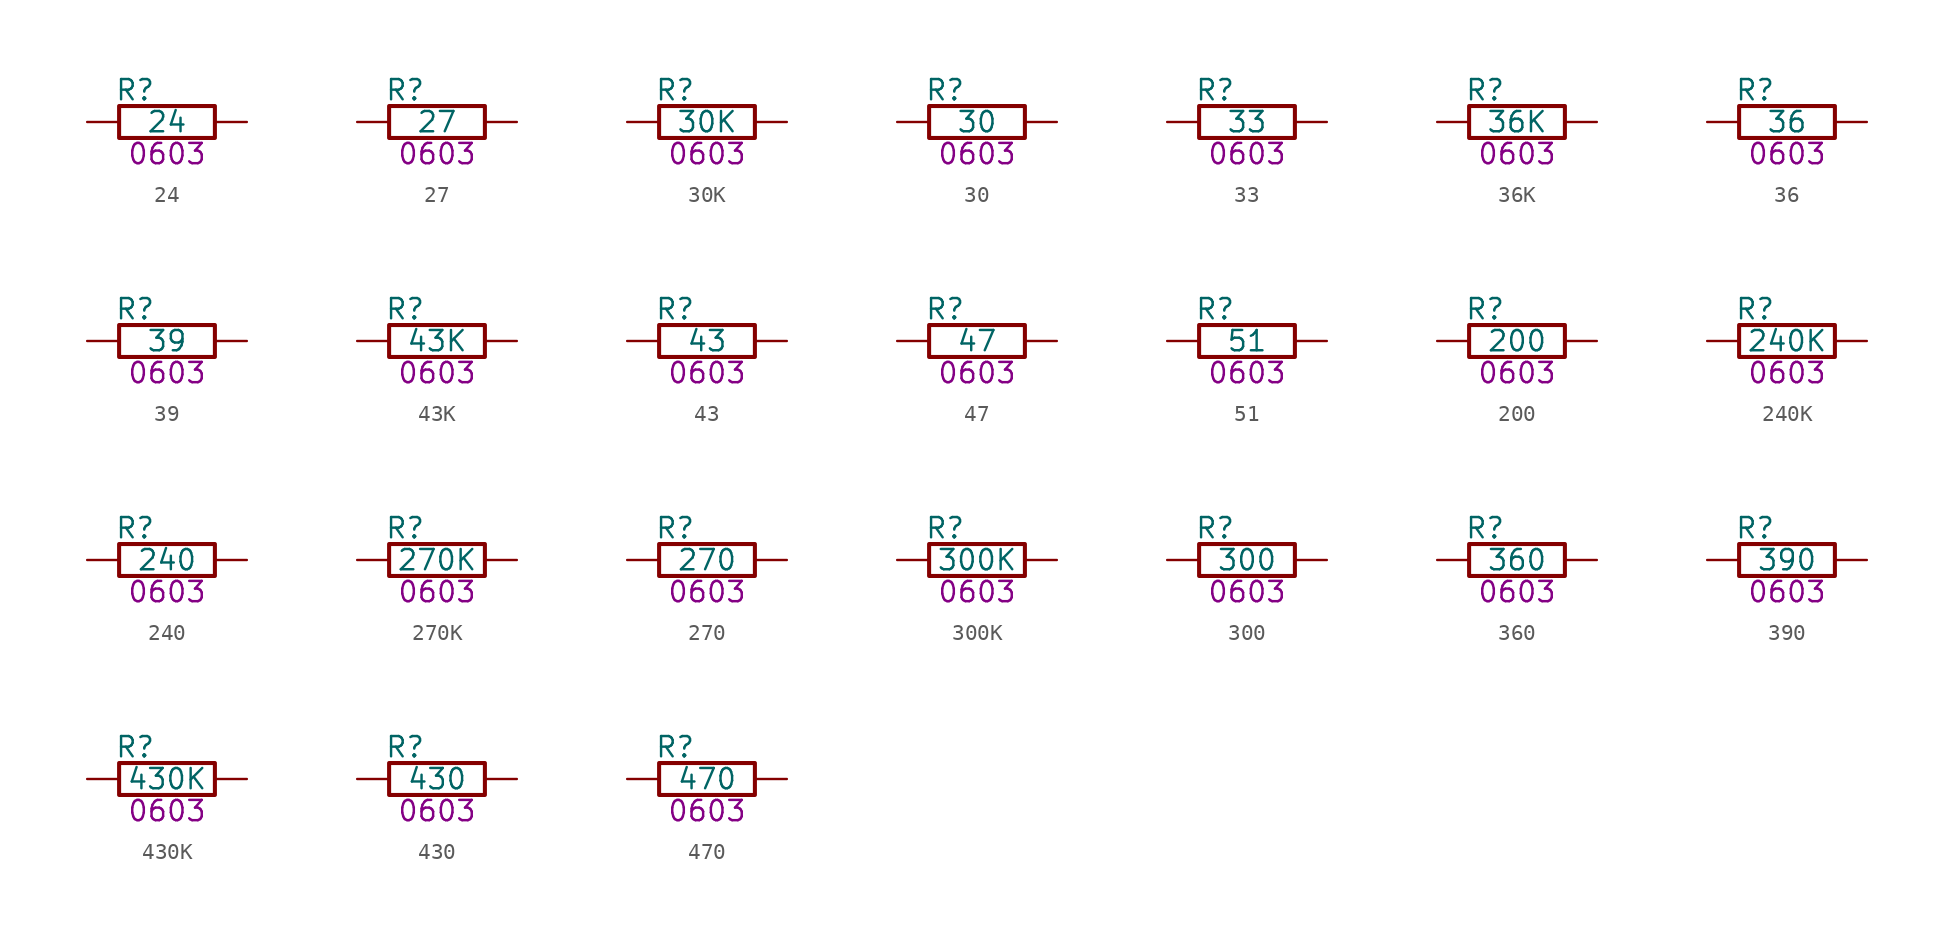
<source format=kicad_sym>
(kicad_symbol_lib
  (version 20211014)
  (generator kicad_symbol_editor)
  (symbol "24"
    (pin_numbers hide)
    (pin_names hide)
    (property "Reference" "R"
      (at -2 1 0)
      (effects (font (size 1.27 1.27))))
    (property "Value" "24"
      (at 0 -1 0)
      (effects (font (size 1.27 1.27))))
    (property "Size" "0603"
      (at 0 -3 0)
      (effects (font (size 1.27 1.27))))
    (symbol "24_0_1"
      (rectangle (start -3 0) (end 3 -2) (stroke (width 0.254) (type default) (color 0 0 0 0)) (fill (type none))))
    (symbol "24_1_1"
      (pin passive line (at -5 -1 0) (length 2) (name "~" (effects (font (size 1.27 1.27)))) (number "1" (effects (font (size 1.27 1.27)))))
      (pin passive line (at 5 -1 180) (length 2) (name "~" (effects (font (size 1.27 1.27)))) (number "2" (effects (font (size 1.27 1.27)))))))
  (symbol "27"
    (pin_numbers hide)
    (pin_names hide)
    (property "Reference" "R"
      (at -2 1 0)
      (effects (font (size 1.27 1.27))))
    (property "Value" "27"
      (at 0 -1 0)
      (effects (font (size 1.27 1.27))))
    (property "Size" "0603"
      (at 0 -3 0)
      (effects (font (size 1.27 1.27))))
    (symbol "27_0_1"
      (rectangle (start -3 0) (end 3 -2) (stroke (width 0.254) (type default) (color 0 0 0 0)) (fill (type none))))
    (symbol "27_1_1"
      (pin passive line (at -5 -1 0) (length 2) (name "~" (effects (font (size 1.27 1.27)))) (number "1" (effects (font (size 1.27 1.27)))))
      (pin passive line (at 5 -1 180) (length 2) (name "~" (effects (font (size 1.27 1.27)))) (number "2" (effects (font (size 1.27 1.27)))))))
  (symbol "30K"
    (pin_numbers hide)
    (pin_names hide)
    (property "Reference" "R"
      (at -2 1 0)
      (effects (font (size 1.27 1.27))))
    (property "Value" "30K"
      (at 0 -1 0)
      (effects (font (size 1.27 1.27))))
    (property "Size" "0603"
      (at 0 -3 0)
      (effects (font (size 1.27 1.27))))
    (symbol "30K_0_1"
      (rectangle (start -3 0) (end 3 -2) (stroke (width 0.254) (type default) (color 0 0 0 0)) (fill (type none))))
    (symbol "30K_1_1"
      (pin passive line (at -5 -1 0) (length 2) (name "~" (effects (font (size 1.27 1.27)))) (number "1" (effects (font (size 1.27 1.27)))))
      (pin passive line (at 5 -1 180) (length 2) (name "~" (effects (font (size 1.27 1.27)))) (number "2" (effects (font (size 1.27 1.27)))))))
  (symbol "30"
    (pin_numbers hide)
    (pin_names hide)
    (property "Reference" "R"
      (at -2 1 0)
      (effects (font (size 1.27 1.27))))
    (property "Value" "30"
      (at 0 -1 0)
      (effects (font (size 1.27 1.27))))
    (property "Size" "0603"
      (at 0 -3 0)
      (effects (font (size 1.27 1.27))))
    (symbol "30_0_1"
      (rectangle (start -3 0) (end 3 -2) (stroke (width 0.254) (type default) (color 0 0 0 0)) (fill (type none))))
    (symbol "30_1_1"
      (pin passive line (at -5 -1 0) (length 2) (name "~" (effects (font (size 1.27 1.27)))) (number "1" (effects (font (size 1.27 1.27)))))
      (pin passive line (at 5 -1 180) (length 2) (name "~" (effects (font (size 1.27 1.27)))) (number "2" (effects (font (size 1.27 1.27)))))))
  (symbol "33"
    (pin_numbers hide)
    (pin_names hide)
    (property "Reference" "R"
      (at -2 1 0)
      (effects (font (size 1.27 1.27))))
    (property "Value" "33"
      (at 0 -1 0)
      (effects (font (size 1.27 1.27))))
    (property "Size" "0603"
      (at 0 -3 0)
      (effects (font (size 1.27 1.27))))
    (symbol "33_0_1"
      (rectangle (start -3 0) (end 3 -2) (stroke (width 0.254) (type default) (color 0 0 0 0)) (fill (type none))))
    (symbol "33_1_1"
      (pin passive line (at -5 -1 0) (length 2) (name "~" (effects (font (size 1.27 1.27)))) (number "1" (effects (font (size 1.27 1.27)))))
      (pin passive line (at 5 -1 180) (length 2) (name "~" (effects (font (size 1.27 1.27)))) (number "2" (effects (font (size 1.27 1.27)))))))
  (symbol "36K"
    (pin_numbers hide)
    (pin_names hide)
    (property "Reference" "R"
      (at -2 1 0)
      (effects (font (size 1.27 1.27))))
    (property "Value" "36K"
      (at 0 -1 0)
      (effects (font (size 1.27 1.27))))
    (property "Size" "0603"
      (at 0 -3 0)
      (effects (font (size 1.27 1.27))))
    (symbol "36K_0_1"
      (rectangle (start -3 0) (end 3 -2) (stroke (width 0.254) (type default) (color 0 0 0 0)) (fill (type none))))
    (symbol "36K_1_1"
      (pin passive line (at -5 -1 0) (length 2) (name "~" (effects (font (size 1.27 1.27)))) (number "1" (effects (font (size 1.27 1.27)))))
      (pin passive line (at 5 -1 180) (length 2) (name "~" (effects (font (size 1.27 1.27)))) (number "2" (effects (font (size 1.27 1.27)))))))
  (symbol "36"
    (pin_numbers hide)
    (pin_names hide)
    (property "Reference" "R"
      (at -2 1 0)
      (effects (font (size 1.27 1.27))))
    (property "Value" "36"
      (at 0 -1 0)
      (effects (font (size 1.27 1.27))))
    (property "Size" "0603"
      (at 0 -3 0)
      (effects (font (size 1.27 1.27))))
    (symbol "36_0_1"
      (rectangle (start -3 0) (end 3 -2) (stroke (width 0.254) (type default) (color 0 0 0 0)) (fill (type none))))
    (symbol "36_1_1"
      (pin passive line (at -5 -1 0) (length 2) (name "~" (effects (font (size 1.27 1.27)))) (number "1" (effects (font (size 1.27 1.27)))))
      (pin passive line (at 5 -1 180) (length 2) (name "~" (effects (font (size 1.27 1.27)))) (number "2" (effects (font (size 1.27 1.27)))))))
  (symbol "39"
    (pin_numbers hide)
    (pin_names hide)
    (property "Reference" "R"
      (at -2 1 0)
      (effects (font (size 1.27 1.27))))
    (property "Value" "39"
      (at 0 -1 0)
      (effects (font (size 1.27 1.27))))
    (property "Size" "0603"
      (at 0 -3 0)
      (effects (font (size 1.27 1.27))))
    (symbol "39_0_1"
      (rectangle (start -3 0) (end 3 -2) (stroke (width 0.254) (type default) (color 0 0 0 0)) (fill (type none))))
    (symbol "39_1_1"
      (pin passive line (at -5 -1 0) (length 2) (name "~" (effects (font (size 1.27 1.27)))) (number "1" (effects (font (size 1.27 1.27)))))
      (pin passive line (at 5 -1 180) (length 2) (name "~" (effects (font (size 1.27 1.27)))) (number "2" (effects (font (size 1.27 1.27)))))))
  (symbol "43K"
    (pin_numbers hide)
    (pin_names hide)
    (property "Reference" "R"
      (at -2 1 0)
      (effects (font (size 1.27 1.27))))
    (property "Value" "43K"
      (at 0 -1 0)
      (effects (font (size 1.27 1.27))))
    (property "Size" "0603"
      (at 0 -3 0)
      (effects (font (size 1.27 1.27))))
    (symbol "43K_0_1"
      (rectangle (start -3 0) (end 3 -2) (stroke (width 0.254) (type default) (color 0 0 0 0)) (fill (type none))))
    (symbol "43K_1_1"
      (pin passive line (at -5 -1 0) (length 2) (name "~" (effects (font (size 1.27 1.27)))) (number "1" (effects (font (size 1.27 1.27)))))
      (pin passive line (at 5 -1 180) (length 2) (name "~" (effects (font (size 1.27 1.27)))) (number "2" (effects (font (size 1.27 1.27)))))))
  (symbol "43"
    (pin_numbers hide)
    (pin_names hide)
    (property "Reference" "R"
      (at -2 1 0)
      (effects (font (size 1.27 1.27))))
    (property "Value" "43"
      (at 0 -1 0)
      (effects (font (size 1.27 1.27))))
    (property "Size" "0603"
      (at 0 -3 0)
      (effects (font (size 1.27 1.27))))
    (symbol "43_0_1"
      (rectangle (start -3 0) (end 3 -2) (stroke (width 0.254) (type default) (color 0 0 0 0)) (fill (type none))))
    (symbol "43_1_1"
      (pin passive line (at -5 -1 0) (length 2) (name "~" (effects (font (size 1.27 1.27)))) (number "1" (effects (font (size 1.27 1.27)))))
      (pin passive line (at 5 -1 180) (length 2) (name "~" (effects (font (size 1.27 1.27)))) (number "2" (effects (font (size 1.27 1.27)))))))
  (symbol "47"
    (pin_numbers hide)
    (pin_names hide)
    (property "Reference" "R"
      (at -2 1 0)
      (effects (font (size 1.27 1.27))))
    (property "Value" "47"
      (at 0 -1 0)
      (effects (font (size 1.27 1.27))))
    (property "Size" "0603"
      (at 0 -3 0)
      (effects (font (size 1.27 1.27))))
    (symbol "47_0_1"
      (rectangle (start -3 0) (end 3 -2) (stroke (width 0.254) (type default) (color 0 0 0 0)) (fill (type none))))
    (symbol "47_1_1"
      (pin passive line (at -5 -1 0) (length 2) (name "~" (effects (font (size 1.27 1.27)))) (number "1" (effects (font (size 1.27 1.27)))))
      (pin passive line (at 5 -1 180) (length 2) (name "~" (effects (font (size 1.27 1.27)))) (number "2" (effects (font (size 1.27 1.27)))))))
  (symbol "51"
    (pin_numbers hide)
    (pin_names hide)
    (property "Reference" "R"
      (at -2 1 0)
      (effects (font (size 1.27 1.27))))
    (property "Value" "51"
      (at 0 -1 0)
      (effects (font (size 1.27 1.27))))
    (property "Size" "0603"
      (at 0 -3 0)
      (effects (font (size 1.27 1.27))))
    (symbol "51_0_1"
      (rectangle (start -3 0) (end 3 -2) (stroke (width 0.254) (type default) (color 0 0 0 0)) (fill (type none))))
    (symbol "51_1_1"
      (pin passive line (at -5 -1 0) (length 2) (name "~" (effects (font (size 1.27 1.27)))) (number "1" (effects (font (size 1.27 1.27)))))
      (pin passive line (at 5 -1 180) (length 2) (name "~" (effects (font (size 1.27 1.27)))) (number "2" (effects (font (size 1.27 1.27)))))))
  (symbol "200"
    (pin_numbers hide)
    (pin_names hide)
    (property "Reference" "R"
      (at -2 1 0)
      (effects (font (size 1.27 1.27))))
    (property "Value" "200"
      (at 0 -1 0)
      (effects (font (size 1.27 1.27))))
    (property "Size" "0603"
      (at 0 -3 0)
      (effects (font (size 1.27 1.27))))
    (symbol "200_0_1"
      (rectangle (start -3 0) (end 3 -2) (stroke (width 0.254) (type default) (color 0 0 0 0)) (fill (type none))))
    (symbol "200_1_1"
      (pin passive line (at -5 -1 0) (length 2) (name "~" (effects (font (size 1.27 1.27)))) (number "1" (effects (font (size 1.27 1.27)))))
      (pin passive line (at 5 -1 180) (length 2) (name "~" (effects (font (size 1.27 1.27)))) (number "2" (effects (font (size 1.27 1.27)))))))
  (symbol "240K"
    (pin_numbers hide)
    (pin_names hide)
    (property "Reference" "R"
      (at -2 1 0)
      (effects (font (size 1.27 1.27))))
    (property "Value" "240K"
      (at 0 -1 0)
      (effects (font (size 1.27 1.27))))
    (property "Size" "0603"
      (at 0 -3 0)
      (effects (font (size 1.27 1.27))))
    (symbol "240K_0_1"
      (rectangle (start -3 0) (end 3 -2) (stroke (width 0.254) (type default) (color 0 0 0 0)) (fill (type none))))
    (symbol "240K_1_1"
      (pin passive line (at -5 -1 0) (length 2) (name "~" (effects (font (size 1.27 1.27)))) (number "1" (effects (font (size 1.27 1.27)))))
      (pin passive line (at 5 -1 180) (length 2) (name "~" (effects (font (size 1.27 1.27)))) (number "2" (effects (font (size 1.27 1.27)))))))
  (symbol "240"
    (pin_numbers hide)
    (pin_names hide)
    (property "Reference" "R"
      (at -2 1 0)
      (effects (font (size 1.27 1.27))))
    (property "Value" "240"
      (at 0 -1 0)
      (effects (font (size 1.27 1.27))))
    (property "Size" "0603"
      (at 0 -3 0)
      (effects (font (size 1.27 1.27))))
    (symbol "240_0_1"
      (rectangle (start -3 0) (end 3 -2) (stroke (width 0.254) (type default) (color 0 0 0 0)) (fill (type none))))
    (symbol "240_1_1"
      (pin passive line (at -5 -1 0) (length 2) (name "~" (effects (font (size 1.27 1.27)))) (number "1" (effects (font (size 1.27 1.27)))))
      (pin passive line (at 5 -1 180) (length 2) (name "~" (effects (font (size 1.27 1.27)))) (number "2" (effects (font (size 1.27 1.27)))))))
  (symbol "270K"
    (pin_numbers hide)
    (pin_names hide)
    (property "Reference" "R"
      (at -2 1 0)
      (effects (font (size 1.27 1.27))))
    (property "Value" "270K"
      (at 0 -1 0)
      (effects (font (size 1.27 1.27))))
    (property "Size" "0603"
      (at 0 -3 0)
      (effects (font (size 1.27 1.27))))
    (symbol "270K_0_1"
      (rectangle (start -3 0) (end 3 -2) (stroke (width 0.254) (type default) (color 0 0 0 0)) (fill (type none))))
    (symbol "270K_1_1"
      (pin passive line (at -5 -1 0) (length 2) (name "~" (effects (font (size 1.27 1.27)))) (number "1" (effects (font (size 1.27 1.27)))))
      (pin passive line (at 5 -1 180) (length 2) (name "~" (effects (font (size 1.27 1.27)))) (number "2" (effects (font (size 1.27 1.27)))))))
  (symbol "270"
    (pin_numbers hide)
    (pin_names hide)
    (property "Reference" "R"
      (at -2 1 0)
      (effects (font (size 1.27 1.27))))
    (property "Value" "270"
      (at 0 -1 0)
      (effects (font (size 1.27 1.27))))
    (property "Size" "0603"
      (at 0 -3 0)
      (effects (font (size 1.27 1.27))))
    (symbol "270_0_1"
      (rectangle (start -3 0) (end 3 -2) (stroke (width 0.254) (type default) (color 0 0 0 0)) (fill (type none))))
    (symbol "270_1_1"
      (pin passive line (at -5 -1 0) (length 2) (name "~" (effects (font (size 1.27 1.27)))) (number "1" (effects (font (size 1.27 1.27)))))
      (pin passive line (at 5 -1 180) (length 2) (name "~" (effects (font (size 1.27 1.27)))) (number "2" (effects (font (size 1.27 1.27)))))))
  (symbol "300K"
    (pin_numbers hide)
    (pin_names hide)
    (property "Reference" "R"
      (at -2 1 0)
      (effects (font (size 1.27 1.27))))
    (property "Value" "300K"
      (at 0 -1 0)
      (effects (font (size 1.27 1.27))))
    (property "Size" "0603"
      (at 0 -3 0)
      (effects (font (size 1.27 1.27))))
    (symbol "300K_0_1"
      (rectangle (start -3 0) (end 3 -2) (stroke (width 0.254) (type default) (color 0 0 0 0)) (fill (type none))))
    (symbol "300K_1_1"
      (pin passive line (at -5 -1 0) (length 2) (name "~" (effects (font (size 1.27 1.27)))) (number "1" (effects (font (size 1.27 1.27)))))
      (pin passive line (at 5 -1 180) (length 2) (name "~" (effects (font (size 1.27 1.27)))) (number "2" (effects (font (size 1.27 1.27)))))))
  (symbol "300"
    (pin_numbers hide)
    (pin_names hide)
    (property "Reference" "R"
      (at -2 1 0)
      (effects (font (size 1.27 1.27))))
    (property "Value" "300"
      (at 0 -1 0)
      (effects (font (size 1.27 1.27))))
    (property "Size" "0603"
      (at 0 -3 0)
      (effects (font (size 1.27 1.27))))
    (symbol "300_0_1"
      (rectangle (start -3 0) (end 3 -2) (stroke (width 0.254) (type default) (color 0 0 0 0)) (fill (type none))))
    (symbol "300_1_1"
      (pin passive line (at -5 -1 0) (length 2) (name "~" (effects (font (size 1.27 1.27)))) (number "1" (effects (font (size 1.27 1.27)))))
      (pin passive line (at 5 -1 180) (length 2) (name "~" (effects (font (size 1.27 1.27)))) (number "2" (effects (font (size 1.27 1.27)))))))
  (symbol "360"
    (pin_numbers hide)
    (pin_names hide)
    (property "Reference" "R"
      (at -2 1 0)
      (effects (font (size 1.27 1.27))))
    (property "Value" "360"
      (at 0 -1 0)
      (effects (font (size 1.27 1.27))))
    (property "Size" "0603"
      (at 0 -3 0)
      (effects (font (size 1.27 1.27))))
    (symbol "360_0_1"
      (rectangle (start -3 0) (end 3 -2) (stroke (width 0.254) (type default) (color 0 0 0 0)) (fill (type none))))
    (symbol "360_1_1"
      (pin passive line (at -5 -1 0) (length 2) (name "~" (effects (font (size 1.27 1.27)))) (number "1" (effects (font (size 1.27 1.27)))))
      (pin passive line (at 5 -1 180) (length 2) (name "~" (effects (font (size 1.27 1.27)))) (number "2" (effects (font (size 1.27 1.27)))))))
  (symbol "390"
    (pin_numbers hide)
    (pin_names hide)
    (property "Reference" "R"
      (at -2 1 0)
      (effects (font (size 1.27 1.27))))
    (property "Value" "390"
      (at 0 -1 0)
      (effects (font (size 1.27 1.27))))
    (property "Size" "0603"
      (at 0 -3 0)
      (effects (font (size 1.27 1.27))))
    (symbol "390_0_1"
      (rectangle (start -3 0) (end 3 -2) (stroke (width 0.254) (type default) (color 0 0 0 0)) (fill (type none))))
    (symbol "390_1_1"
      (pin passive line (at -5 -1 0) (length 2) (name "~" (effects (font (size 1.27 1.27)))) (number "1" (effects (font (size 1.27 1.27)))))
      (pin passive line (at 5 -1 180) (length 2) (name "~" (effects (font (size 1.27 1.27)))) (number "2" (effects (font (size 1.27 1.27)))))))
  (symbol "430K"
    (pin_numbers hide)
    (pin_names hide)
    (property "Reference" "R"
      (at -2 1 0)
      (effects (font (size 1.27 1.27))))
    (property "Value" "430K"
      (at 0 -1 0)
      (effects (font (size 1.27 1.27))))
    (property "Size" "0603"
      (at 0 -3 0)
      (effects (font (size 1.27 1.27))))
    (symbol "430K_0_1"
      (rectangle (start -3 0) (end 3 -2) (stroke (width 0.254) (type default) (color 0 0 0 0)) (fill (type none))))
    (symbol "430K_1_1"
      (pin passive line (at -5 -1 0) (length 2) (name "~" (effects (font (size 1.27 1.27)))) (number "1" (effects (font (size 1.27 1.27)))))
      (pin passive line (at 5 -1 180) (length 2) (name "~" (effects (font (size 1.27 1.27)))) (number "2" (effects (font (size 1.27 1.27)))))))
  (symbol "430"
    (pin_numbers hide)
    (pin_names hide)
    (property "Reference" "R"
      (at -2 1 0)
      (effects (font (size 1.27 1.27))))
    (property "Value" "430"
      (at 0 -1 0)
      (effects (font (size 1.27 1.27))))
    (property "Size" "0603"
      (at 0 -3 0)
      (effects (font (size 1.27 1.27))))
    (symbol "430_0_1"
      (rectangle (start -3 0) (end 3 -2) (stroke (width 0.254) (type default) (color 0 0 0 0)) (fill (type none))))
    (symbol "430_1_1"
      (pin passive line (at -5 -1 0) (length 2) (name "~" (effects (font (size 1.27 1.27)))) (number "1" (effects (font (size 1.27 1.27)))))
      (pin passive line (at 5 -1 180) (length 2) (name "~" (effects (font (size 1.27 1.27)))) (number "2" (effects (font (size 1.27 1.27)))))))
  (symbol "470"
    (pin_numbers hide)
    (pin_names hide)
    (property "Reference" "R"
      (at -2 1 0)
      (effects (font (size 1.27 1.27))))
    (property "Value" "470"
      (at 0 -1 0)
      (effects (font (size 1.27 1.27))))
    (property "Size" "0603"
      (at 0 -3 0)
      (effects (font (size 1.27 1.27))))
    (symbol "470_0_1"
      (rectangle (start -3 0) (end 3 -2) (stroke (width 0.254) (type default) (color 0 0 0 0)) (fill (type none))))
    (symbol "470_1_1"
      (pin passive line (at -5 -1 0) (length 2) (name "~" (effects (font (size 1.27 1.27)))) (number "1" (effects (font (size 1.27 1.27)))))
      (pin passive line (at 5 -1 180) (length 2) (name "~" (effects (font (size 1.27 1.27)))) (number "2" (effects (font (size 1.27 1.27))))))))
</source>
